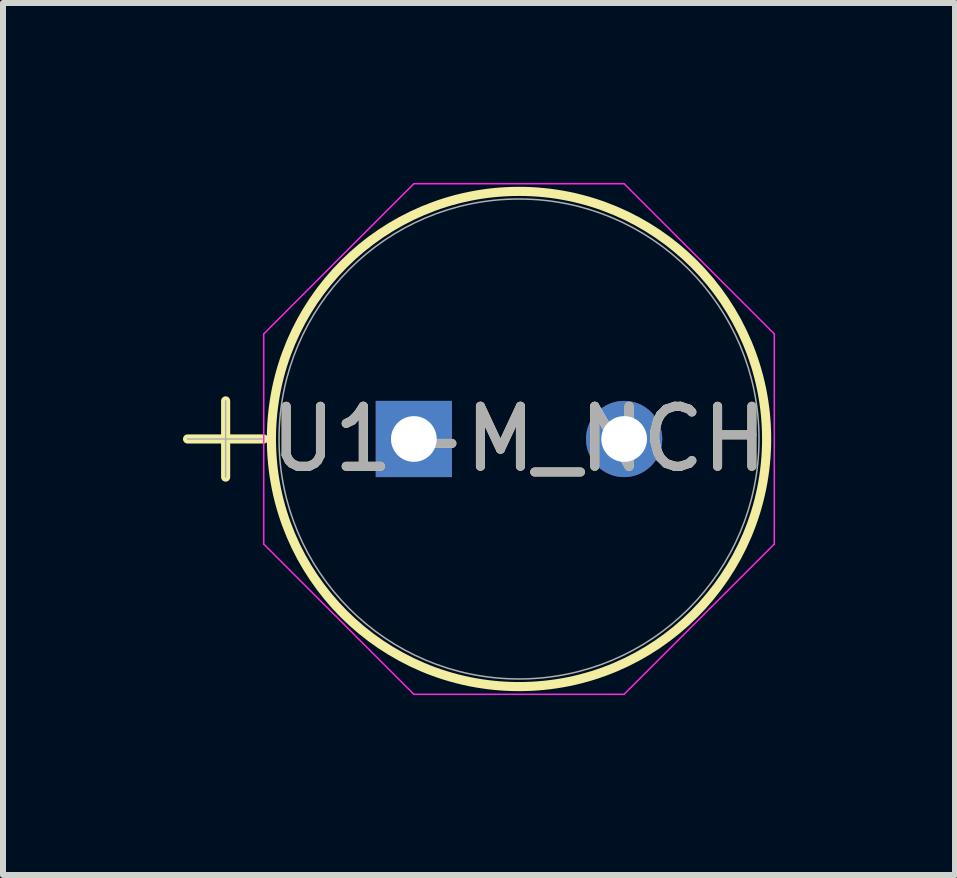
<source format=kicad_pcb>
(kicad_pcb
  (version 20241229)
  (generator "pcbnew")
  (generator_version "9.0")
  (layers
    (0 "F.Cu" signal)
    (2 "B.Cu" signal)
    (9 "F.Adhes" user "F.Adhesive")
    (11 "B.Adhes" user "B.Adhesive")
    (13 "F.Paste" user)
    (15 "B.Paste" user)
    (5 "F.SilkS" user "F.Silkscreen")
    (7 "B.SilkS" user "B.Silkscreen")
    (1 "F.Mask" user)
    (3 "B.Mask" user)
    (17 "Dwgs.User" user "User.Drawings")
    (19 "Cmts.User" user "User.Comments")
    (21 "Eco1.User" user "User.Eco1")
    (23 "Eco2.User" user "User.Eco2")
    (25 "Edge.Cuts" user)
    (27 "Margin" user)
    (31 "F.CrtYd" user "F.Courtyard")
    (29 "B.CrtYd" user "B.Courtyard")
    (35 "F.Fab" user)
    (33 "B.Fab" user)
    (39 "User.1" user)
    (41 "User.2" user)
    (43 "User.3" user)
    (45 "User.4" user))
  (footprint "U1-M_NCH"
    (layer "F.Cu")
    (at 3.848 4.267)
    (property "Reference" "U1-M_NCH" (at 1.753 0 0) (unlocked yes) (layer "F.SilkS") (effects (font (size 1 1) (thickness 0.15))))
    (attr through_hole)
    (fp_line (start -3.772 0) (end -2.502 0) (stroke (width 0.152) (type solid)) (layer "F.SilkS"))
    (fp_line (start -3.137 -0.635) (end -3.137 0.635) (stroke (width 0.152) (type solid)) (layer "F.SilkS"))
    (fp_circle (center 1.753 0) (end 5.88 0) (stroke (width 0.152) (type solid)) (fill no) (layer "F.SilkS"))
    (fp_line (start -2.502 -1.752) (end 0 -4.255) (stroke (width 0.025) (type solid)) (layer "F.CrtYd"))
    (fp_line (start -2.502 1.752) (end -2.502 -1.752) (stroke (width 0.025) (type solid)) (layer "F.CrtYd"))
    (fp_line (start 0 -4.255) (end 3.504 -4.255) (stroke (width 0.025) (type solid)) (layer "F.CrtYd"))
    (fp_line (start 0 4.255) (end -2.502 1.752) (stroke (width 0.025) (type solid)) (layer "F.CrtYd"))
    (fp_line (start 3.504 -4.255) (end 6.007 -1.752) (stroke (width 0.025) (type solid)) (layer "F.CrtYd"))
    (fp_line (start 3.504 4.255) (end 0 4.255) (stroke (width 0.025) (type solid)) (layer "F.CrtYd"))
    (fp_line (start 6.007 -1.752) (end 6.007 1.752) (stroke (width 0.025) (type solid)) (layer "F.CrtYd"))
    (fp_line (start 6.007 1.752) (end 3.504 4.255) (stroke (width 0.025) (type solid)) (layer "F.CrtYd"))
    (fp_line (start -3.772 0) (end -2.502 0) (stroke (width 0.025) (type solid)) (layer "F.Fab"))
    (fp_line (start -3.137 -0.635) (end -3.137 0.635) (stroke (width 0.025) (type solid)) (layer "F.Fab"))
    (fp_circle (center 1.753 0) (end 5.753 0) (stroke (width 0.025) (type solid)) (fill no) (layer "F.Fab"))
    (fp_text user "${REFERENCE}" (at 1.753 0 0) (unlocked yes) (layer "F.Fab") (effects (font (size 1 1) (thickness 0.15))))
    (pad "1" thru_hole rect (at 0 0) (size 1.27 1.27) (drill 0.762) (layers "*.Cu" "*.Mask"))
    (pad "2" thru_hole circle (at 3.505 0) (size 1.27 1.27) (drill 0.762) (layers "*.Cu" "*.Mask")))
  (gr_rect
    (start -3 -3)
    (end 12.868 11.534)
    (stroke (width 0.1) (type default))
    (fill no)
    (layer "Edge.Cuts")))
</source>
